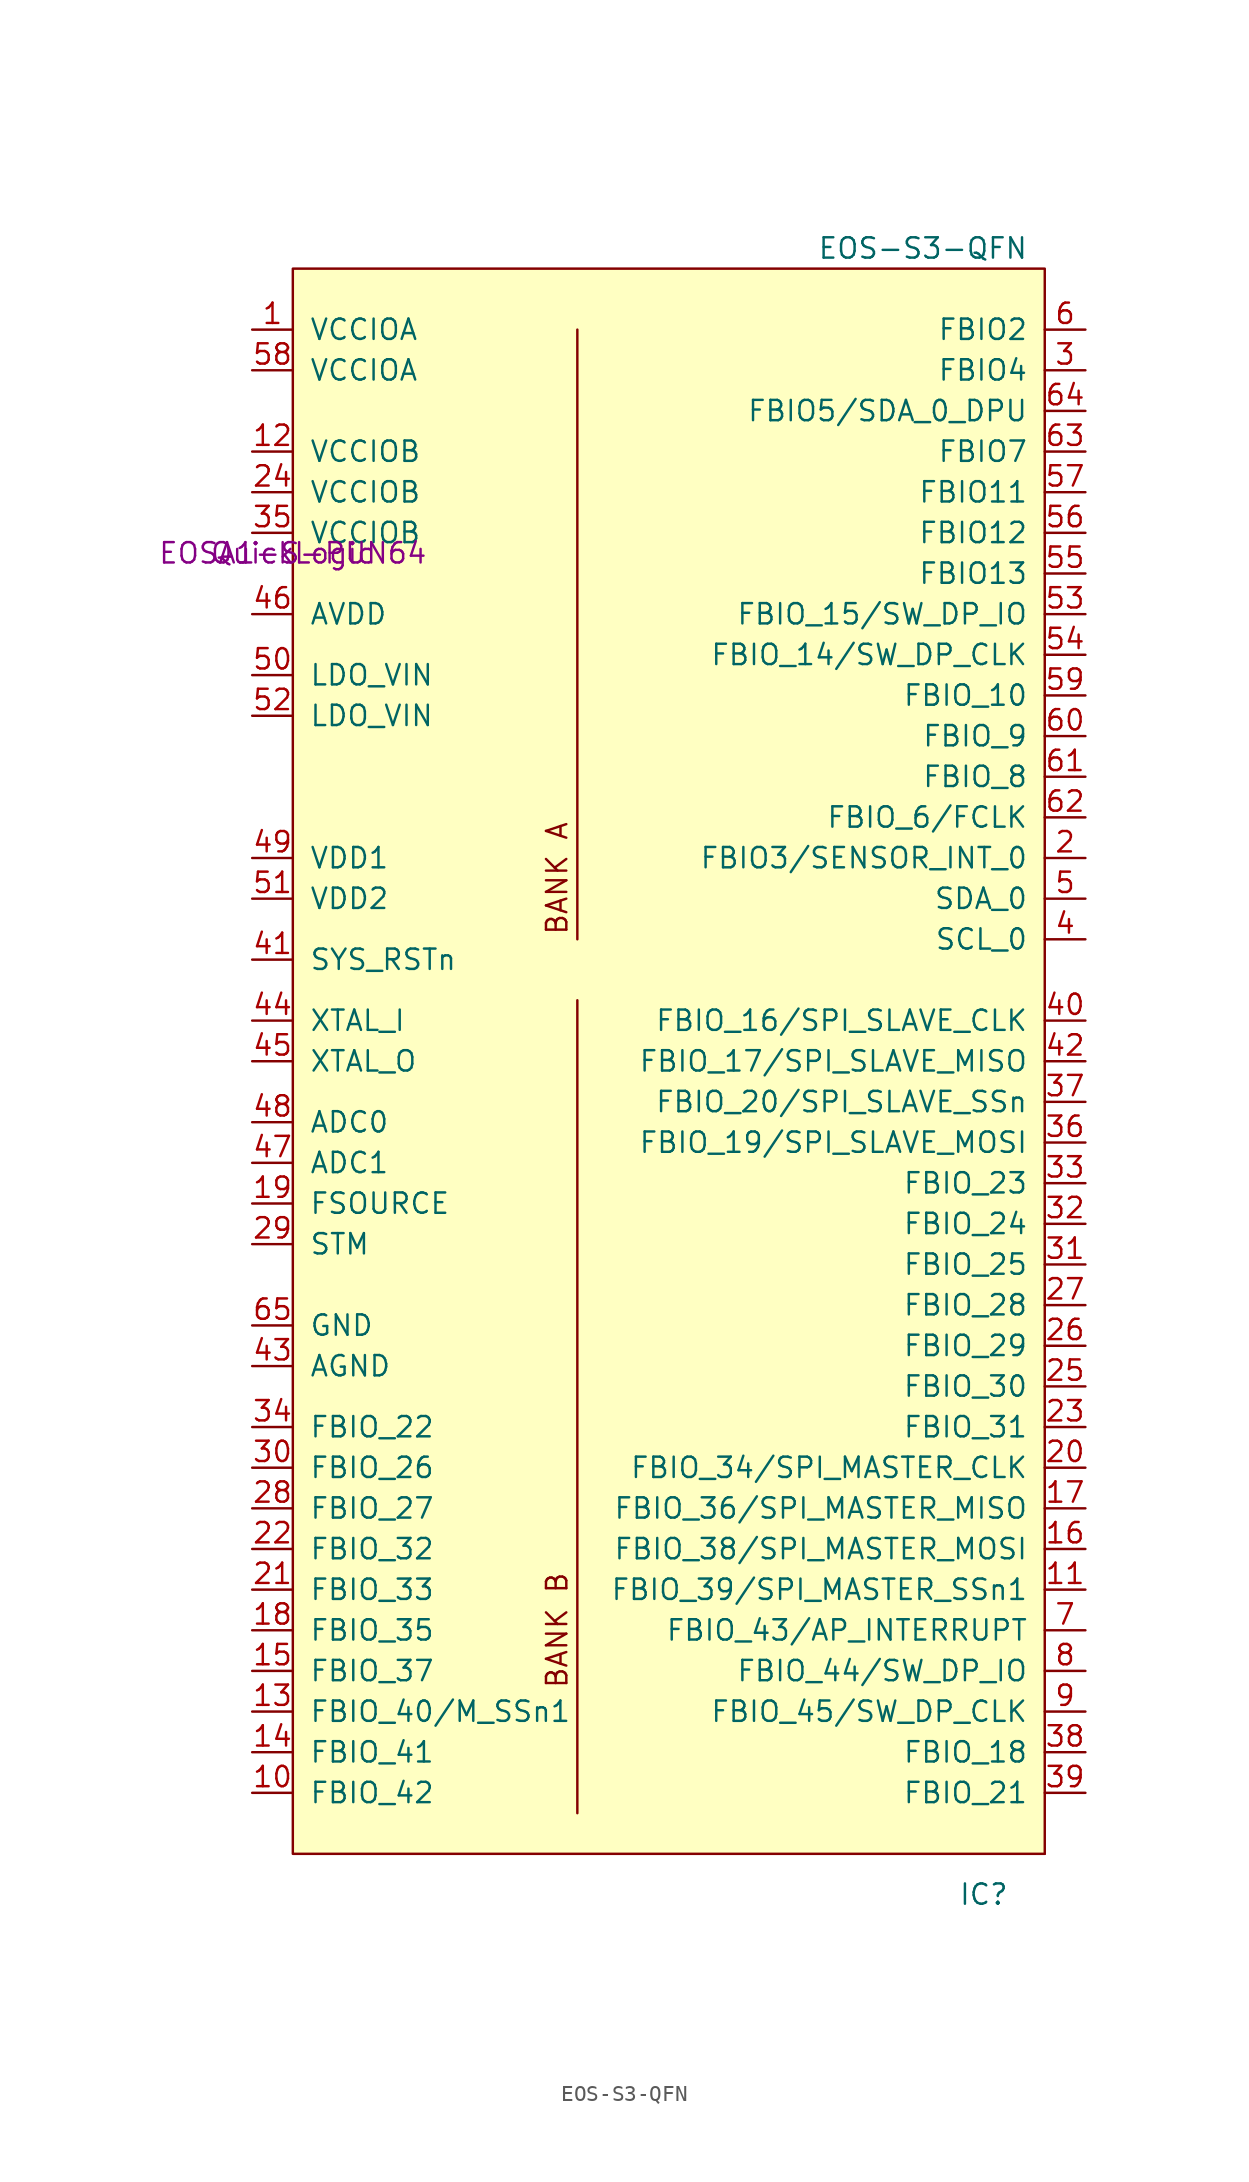
<source format=kicad_sym>
(kicad_symbol_lib
  (version 20211014)
  (generator kicad_symbol_editor)
  (symbol "EOS-S3-QFN"
    (pin_names
      (offset 1.016))
    (property "Reference" "IC"
      (at 43.18 -83.82 0)
      (effects (font (size 1.27 1.27))))
    (property "Value" "EOS-S3-QFN"
      (at 39.37 19.05 0)
      (effects (font (size 1.27 1.27))))
    (property "Manufacturer" "QuickLogic"
      (at 0 0 0)
      (effects (font (size 1.27 1.27))))
    (property "MPN" "EOSA1-S-PUN64"
      (at 0 0 0)
      (effects (font (size 1.27 1.27))))
    (symbol "EOS-S3-QFN_0_0"
      (text "BANK A" (at 16.51 -20.32 900) (effects (font (size 1.27 1.27)))))
    (symbol "EOS-S3-QFN_0_1"
      (polyline (pts (xy 17.78 -27.94) (xy 17.78 -78.74)) (stroke (width 0) (type default) (color 0 0 0 0)) (fill (type none)))
      (polyline (pts (xy 17.78 -24.13) (xy 17.78 13.97)) (stroke (width 0) (type default) (color 0 0 0 0)) (fill (type none)))
      (rectangle (start 0 17.78) (end 46.99 -81.28) (stroke (width 0) (type default) (color 0 0 0 0)) (fill (type background)))
      (rectangle (start 46.99 -81.28) (end 46.99 -81.28) (stroke (width 0) (type default) (color 0 0 0 0)) (fill (type none))))
    (symbol "EOS-S3-QFN_1_0"
      (text "BANK B" (at 16.51 -67.31 900) (effects (font (size 1.27 1.27)))))
    (symbol "EOS-S3-QFN_1_1"
      (pin input line (at -2.54 13.97 0) (length 2.54) (name "VCCIOA" (effects (font (size 1.27 1.27)))) (number "1" (effects (font (size 1.27 1.27)))))
      (pin input line (at -2.54 -77.47 0) (length 2.54) (name "FBIO_42" (effects (font (size 1.27 1.27)))) (number "10" (effects (font (size 1.27 1.27)))))
      (pin input line (at 49.53 -64.77 180) (length 2.54) (name "FBIO_39/SPI_MASTER_SSn1" (effects (font (size 1.27 1.27)))) (number "11" (effects (font (size 1.27 1.27)))))
      (pin input line (at -2.54 6.35 0) (length 2.54) (name "VCCIOB" (effects (font (size 1.27 1.27)))) (number "12" (effects (font (size 1.27 1.27)))))
      (pin input line (at -2.54 -72.39 0) (length 2.54) (name "FBIO_40/M_SSn1" (effects (font (size 1.27 1.27)))) (number "13" (effects (font (size 1.27 1.27)))))
      (pin input line (at -2.54 -74.93 0) (length 2.54) (name "FBIO_41" (effects (font (size 1.27 1.27)))) (number "14" (effects (font (size 1.27 1.27)))))
      (pin input line (at -2.54 -69.85 0) (length 2.54) (name "FBIO_37" (effects (font (size 1.27 1.27)))) (number "15" (effects (font (size 1.27 1.27)))))
      (pin input line (at 49.53 -62.23 180) (length 2.54) (name "FBIO_38/SPI_MASTER_MOSI" (effects (font (size 1.27 1.27)))) (number "16" (effects (font (size 1.27 1.27)))))
      (pin input line (at 49.53 -59.69 180) (length 2.54) (name "FBIO_36/SPI_MASTER_MISO" (effects (font (size 1.27 1.27)))) (number "17" (effects (font (size 1.27 1.27)))))
      (pin input line (at -2.54 -67.31 0) (length 2.54) (name "FBIO_35" (effects (font (size 1.27 1.27)))) (number "18" (effects (font (size 1.27 1.27)))))
      (pin input line (at -2.54 -40.64 0) (length 2.54) (name "FSOURCE" (effects (font (size 1.27 1.27)))) (number "19" (effects (font (size 1.27 1.27)))))
      (pin input line (at 49.53 -19.05 180) (length 2.54) (name "FBIO3/SENSOR_INT_0" (effects (font (size 1.27 1.27)))) (number "2" (effects (font (size 1.27 1.27)))))
      (pin input line (at 49.53 -57.15 180) (length 2.54) (name "FBIO_34/SPI_MASTER_CLK" (effects (font (size 1.27 1.27)))) (number "20" (effects (font (size 1.27 1.27)))))
      (pin input line (at -2.54 -64.77 0) (length 2.54) (name "FBIO_33" (effects (font (size 1.27 1.27)))) (number "21" (effects (font (size 1.27 1.27)))))
      (pin input line (at -2.54 -62.23 0) (length 2.54) (name "FBIO_32" (effects (font (size 1.27 1.27)))) (number "22" (effects (font (size 1.27 1.27)))))
      (pin input line (at 49.53 -54.61 180) (length 2.54) (name "FBIO_31" (effects (font (size 1.27 1.27)))) (number "23" (effects (font (size 1.27 1.27)))))
      (pin input line (at -2.54 3.81 0) (length 2.54) (name "VCCIOB" (effects (font (size 1.27 1.27)))) (number "24" (effects (font (size 1.27 1.27)))))
      (pin input line (at 49.53 -52.07 180) (length 2.54) (name "FBIO_30" (effects (font (size 1.27 1.27)))) (number "25" (effects (font (size 1.27 1.27)))))
      (pin input line (at 49.53 -49.53 180) (length 2.54) (name "FBIO_29" (effects (font (size 1.27 1.27)))) (number "26" (effects (font (size 1.27 1.27)))))
      (pin input line (at 49.53 -46.99 180) (length 2.54) (name "FBIO_28" (effects (font (size 1.27 1.27)))) (number "27" (effects (font (size 1.27 1.27)))))
      (pin input line (at -2.54 -59.69 0) (length 2.54) (name "FBIO_27" (effects (font (size 1.27 1.27)))) (number "28" (effects (font (size 1.27 1.27)))))
      (pin input line (at -2.54 -43.18 0) (length 2.54) (name "STM" (effects (font (size 1.27 1.27)))) (number "29" (effects (font (size 1.27 1.27)))))
      (pin input line (at 49.53 11.43 180) (length 2.54) (name "FBIO4" (effects (font (size 1.27 1.27)))) (number "3" (effects (font (size 1.27 1.27)))))
      (pin input line (at -2.54 -57.15 0) (length 2.54) (name "FBIO_26" (effects (font (size 1.27 1.27)))) (number "30" (effects (font (size 1.27 1.27)))))
      (pin input line (at 49.53 -44.45 180) (length 2.54) (name "FBIO_25" (effects (font (size 1.27 1.27)))) (number "31" (effects (font (size 1.27 1.27)))))
      (pin input line (at 49.53 -41.91 180) (length 2.54) (name "FBIO_24" (effects (font (size 1.27 1.27)))) (number "32" (effects (font (size 1.27 1.27)))))
      (pin input line (at 49.53 -39.37 180) (length 2.54) (name "FBIO_23" (effects (font (size 1.27 1.27)))) (number "33" (effects (font (size 1.27 1.27)))))
      (pin input line (at -2.54 -54.61 0) (length 2.54) (name "FBIO_22" (effects (font (size 1.27 1.27)))) (number "34" (effects (font (size 1.27 1.27)))))
      (pin input line (at -2.54 1.27 0) (length 2.54) (name "VCCIOB" (effects (font (size 1.27 1.27)))) (number "35" (effects (font (size 1.27 1.27)))))
      (pin input line (at 49.53 -36.83 180) (length 2.54) (name "FBIO_19/SPI_SLAVE_MOSI" (effects (font (size 1.27 1.27)))) (number "36" (effects (font (size 1.27 1.27)))))
      (pin input line (at 49.53 -34.29 180) (length 2.54) (name "FBIO_20/SPI_SLAVE_SSn" (effects (font (size 1.27 1.27)))) (number "37" (effects (font (size 1.27 1.27)))))
      (pin input line (at 49.53 -74.93 180) (length 2.54) (name "FBIO_18" (effects (font (size 1.27 1.27)))) (number "38" (effects (font (size 1.27 1.27)))))
      (pin input line (at 49.53 -77.47 180) (length 2.54) (name "FBIO_21" (effects (font (size 1.27 1.27)))) (number "39" (effects (font (size 1.27 1.27)))))
      (pin input line (at 49.53 -24.13 180) (length 2.54) (name "SCL_0" (effects (font (size 1.27 1.27)))) (number "4" (effects (font (size 1.27 1.27)))))
      (pin input line (at 49.53 -29.21 180) (length 2.54) (name "FBIO_16/SPI_SLAVE_CLK" (effects (font (size 1.27 1.27)))) (number "40" (effects (font (size 1.27 1.27)))))
      (pin input line (at -2.54 -25.4 0) (length 2.54) (name "SYS_RSTn" (effects (font (size 1.27 1.27)))) (number "41" (effects (font (size 1.27 1.27)))))
      (pin input line (at 49.53 -31.75 180) (length 2.54) (name "FBIO_17/SPI_SLAVE_MISO" (effects (font (size 1.27 1.27)))) (number "42" (effects (font (size 1.27 1.27)))))
      (pin input line (at -2.54 -50.8 0) (length 2.54) (name "AGND" (effects (font (size 1.27 1.27)))) (number "43" (effects (font (size 1.27 1.27)))))
      (pin input line (at -2.54 -29.21 0) (length 2.54) (name "XTAL_I" (effects (font (size 1.27 1.27)))) (number "44" (effects (font (size 1.27 1.27)))))
      (pin input line (at -2.54 -31.75 0) (length 2.54) (name "XTAL_O" (effects (font (size 1.27 1.27)))) (number "45" (effects (font (size 1.27 1.27)))))
      (pin input line (at -2.54 -3.81 0) (length 2.54) (name "AVDD" (effects (font (size 1.27 1.27)))) (number "46" (effects (font (size 1.27 1.27)))))
      (pin input line (at -2.54 -38.1 0) (length 2.54) (name "ADC1" (effects (font (size 1.27 1.27)))) (number "47" (effects (font (size 1.27 1.27)))))
      (pin input line (at -2.54 -35.56 0) (length 2.54) (name "ADC0" (effects (font (size 1.27 1.27)))) (number "48" (effects (font (size 1.27 1.27)))))
      (pin input line (at -2.54 -19.05 0) (length 2.54) (name "VDD1" (effects (font (size 1.27 1.27)))) (number "49" (effects (font (size 1.27 1.27)))))
      (pin input line (at 49.53 -21.59 180) (length 2.54) (name "SDA_0" (effects (font (size 1.27 1.27)))) (number "5" (effects (font (size 1.27 1.27)))))
      (pin input line (at -2.54 -7.62 0) (length 2.54) (name "LDO_VIN" (effects (font (size 1.27 1.27)))) (number "50" (effects (font (size 1.27 1.27)))))
      (pin input line (at -2.54 -21.59 0) (length 2.54) (name "VDD2" (effects (font (size 1.27 1.27)))) (number "51" (effects (font (size 1.27 1.27)))))
      (pin input line (at -2.54 -10.16 0) (length 2.54) (name "LDO_VIN" (effects (font (size 1.27 1.27)))) (number "52" (effects (font (size 1.27 1.27)))))
      (pin input line (at 49.53 -3.81 180) (length 2.54) (name "FBIO_15/SW_DP_IO" (effects (font (size 1.27 1.27)))) (number "53" (effects (font (size 1.27 1.27)))))
      (pin input line (at 49.53 -6.35 180) (length 2.54) (name "FBIO_14/SW_DP_CLK" (effects (font (size 1.27 1.27)))) (number "54" (effects (font (size 1.27 1.27)))))
      (pin input line (at 49.53 -1.27 180) (length 2.54) (name "FBIO13" (effects (font (size 1.27 1.27)))) (number "55" (effects (font (size 1.27 1.27)))))
      (pin input line (at 49.53 1.27 180) (length 2.54) (name "FBIO12" (effects (font (size 1.27 1.27)))) (number "56" (effects (font (size 1.27 1.27)))))
      (pin input line (at 49.53 3.81 180) (length 2.54) (name "FBIO11" (effects (font (size 1.27 1.27)))) (number "57" (effects (font (size 1.27 1.27)))))
      (pin input line (at -2.54 11.43 0) (length 2.54) (name "VCCIOA" (effects (font (size 1.27 1.27)))) (number "58" (effects (font (size 1.27 1.27)))))
      (pin input line (at 49.53 -8.89 180) (length 2.54) (name "FBIO_10" (effects (font (size 1.27 1.27)))) (number "59" (effects (font (size 1.27 1.27)))))
      (pin input line (at 49.53 13.97 180) (length 2.54) (name "FBIO2" (effects (font (size 1.27 1.27)))) (number "6" (effects (font (size 1.27 1.27)))))
      (pin input line (at 49.53 -11.43 180) (length 2.54) (name "FBIO_9" (effects (font (size 1.27 1.27)))) (number "60" (effects (font (size 1.27 1.27)))))
      (pin input line (at 49.53 -13.97 180) (length 2.54) (name "FBIO_8" (effects (font (size 1.27 1.27)))) (number "61" (effects (font (size 1.27 1.27)))))
      (pin input line (at 49.53 -16.51 180) (length 2.54) (name "FBIO_6/FCLK" (effects (font (size 1.27 1.27)))) (number "62" (effects (font (size 1.27 1.27)))))
      (pin input line (at 49.53 6.35 180) (length 2.54) (name "FBIO7" (effects (font (size 1.27 1.27)))) (number "63" (effects (font (size 1.27 1.27)))))
      (pin input line (at 49.53 8.89 180) (length 2.54) (name "FBIO5/SDA_0_DPU" (effects (font (size 1.27 1.27)))) (number "64" (effects (font (size 1.27 1.27)))))
      (pin input line (at -2.54 -48.26 0) (length 2.54) (name "GND" (effects (font (size 1.27 1.27)))) (number "65" (effects (font (size 1.27 1.27)))))
      (pin input line (at 49.53 -67.31 180) (length 2.54) (name "FBIO_43/AP_INTERRUPT" (effects (font (size 1.27 1.27)))) (number "7" (effects (font (size 1.27 1.27)))))
      (pin input line (at 49.53 -69.85 180) (length 2.54) (name "FBIO_44/SW_DP_IO" (effects (font (size 1.27 1.27)))) (number "8" (effects (font (size 1.27 1.27)))))
      (pin input line (at 49.53 -72.39 180) (length 2.54) (name "FBIO_45/SW_DP_CLK" (effects (font (size 1.27 1.27)))) (number "9" (effects (font (size 1.27 1.27))))))))
</source>
